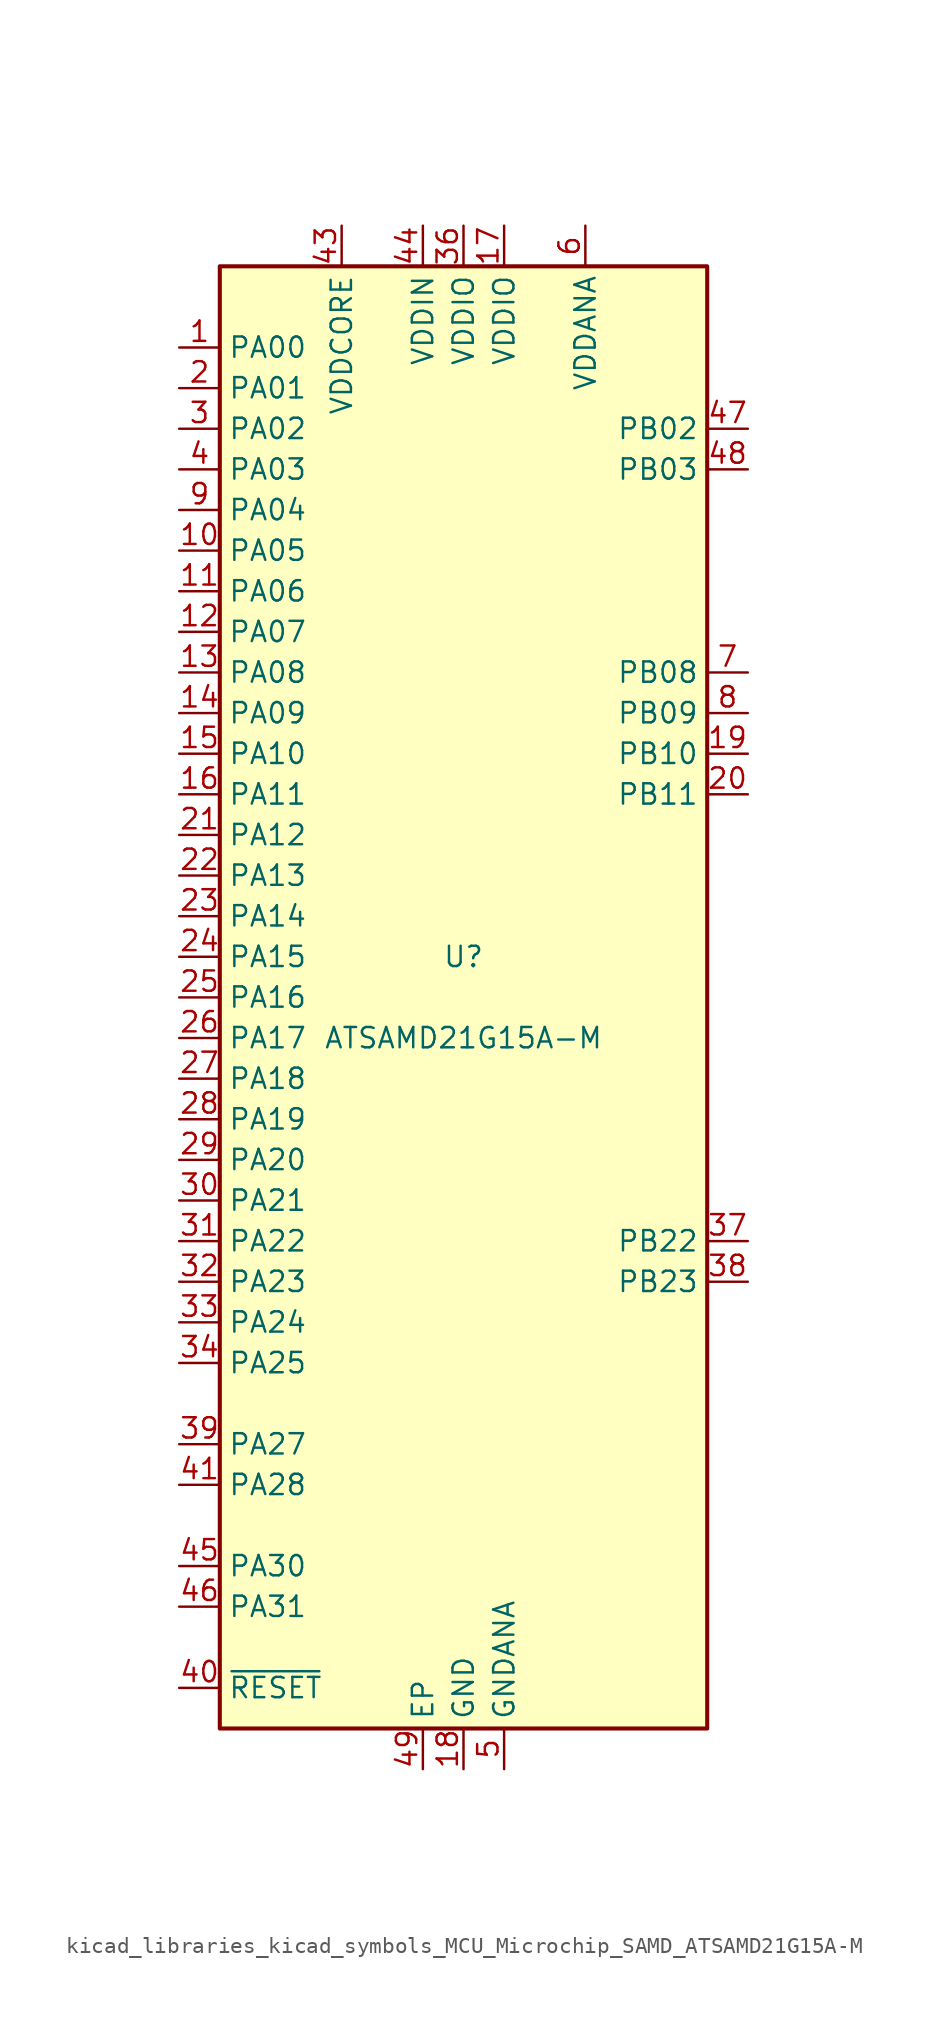
<source format=kicad_sym>
(kicad_symbol_lib
  (version 20220914)
  (generator kicad_symbol_editor)
  (symbol "kicad_libraries_kicad_symbols_MCU_Microchip_SAMD_ATSAMD21G15A-M"
    (property "Reference" "U"
      (at 0 2.54 0)
      (effects (font (size 1.27 1.27))))
    (property "Value" "ATSAMD21G15A-M"
      (at 0 -2.54 0)
      (effects (font (size 1.27 1.27))))
    (symbol "kicad_libraries_kicad_symbols_MCU_Microchip_SAMD_ATSAMD21G15A-M_0_1"
      (rectangle (start -15.24 45.72) (end 15.24 -45.72) (stroke (width 0.254) (type default)) (fill (type background))))
    (symbol "kicad_libraries_kicad_symbols_MCU_Microchip_SAMD_ATSAMD21G15A-M_1_1"
      (pin bidirectional line (at -17.78 40.64 0) (length 2.54) (name "PA00" (effects (font (size 1.27 1.27)))) (number "1" (effects (font (size 1.27 1.27)))))
      (pin bidirectional line (at -17.78 27.94 0) (length 2.54) (name "PA05" (effects (font (size 1.27 1.27)))) (number "10" (effects (font (size 1.27 1.27)))))
      (pin bidirectional line (at -17.78 25.4 0) (length 2.54) (name "PA06" (effects (font (size 1.27 1.27)))) (number "11" (effects (font (size 1.27 1.27)))))
      (pin bidirectional line (at -17.78 22.86 0) (length 2.54) (name "PA07" (effects (font (size 1.27 1.27)))) (number "12" (effects (font (size 1.27 1.27)))))
      (pin bidirectional line (at -17.78 20.32 0) (length 2.54) (name "PA08" (effects (font (size 1.27 1.27)))) (number "13" (effects (font (size 1.27 1.27)))))
      (pin bidirectional line (at -17.78 17.78 0) (length 2.54) (name "PA09" (effects (font (size 1.27 1.27)))) (number "14" (effects (font (size 1.27 1.27)))))
      (pin bidirectional line (at -17.78 15.24 0) (length 2.54) (name "PA10" (effects (font (size 1.27 1.27)))) (number "15" (effects (font (size 1.27 1.27)))))
      (pin bidirectional line (at -17.78 12.7 0) (length 2.54) (name "PA11" (effects (font (size 1.27 1.27)))) (number "16" (effects (font (size 1.27 1.27)))))
      (pin power_in line (at 2.54 48.26 270) (length 2.54) (name "VDDIO" (effects (font (size 1.27 1.27)))) (number "17" (effects (font (size 1.27 1.27)))))
      (pin power_in line (at 0 -48.26 90) (length 2.54) (name "GND" (effects (font (size 1.27 1.27)))) (number "18" (effects (font (size 1.27 1.27)))))
      (pin bidirectional line (at 17.78 15.24 180) (length 2.54) (name "PB10" (effects (font (size 1.27 1.27)))) (number "19" (effects (font (size 1.27 1.27)))))
      (pin bidirectional line (at -17.78 38.1 0) (length 2.54) (name "PA01" (effects (font (size 1.27 1.27)))) (number "2" (effects (font (size 1.27 1.27)))))
      (pin bidirectional line (at 17.78 12.7 180) (length 2.54) (name "PB11" (effects (font (size 1.27 1.27)))) (number "20" (effects (font (size 1.27 1.27)))))
      (pin bidirectional line (at -17.78 10.16 0) (length 2.54) (name "PA12" (effects (font (size 1.27 1.27)))) (number "21" (effects (font (size 1.27 1.27)))))
      (pin bidirectional line (at -17.78 7.62 0) (length 2.54) (name "PA13" (effects (font (size 1.27 1.27)))) (number "22" (effects (font (size 1.27 1.27)))))
      (pin bidirectional line (at -17.78 5.08 0) (length 2.54) (name "PA14" (effects (font (size 1.27 1.27)))) (number "23" (effects (font (size 1.27 1.27)))))
      (pin bidirectional line (at -17.78 2.54 0) (length 2.54) (name "PA15" (effects (font (size 1.27 1.27)))) (number "24" (effects (font (size 1.27 1.27)))))
      (pin bidirectional line (at -17.78 0 0) (length 2.54) (name "PA16" (effects (font (size 1.27 1.27)))) (number "25" (effects (font (size 1.27 1.27)))))
      (pin bidirectional line (at -17.78 -2.54 0) (length 2.54) (name "PA17" (effects (font (size 1.27 1.27)))) (number "26" (effects (font (size 1.27 1.27)))))
      (pin bidirectional line (at -17.78 -5.08 0) (length 2.54) (name "PA18" (effects (font (size 1.27 1.27)))) (number "27" (effects (font (size 1.27 1.27)))))
      (pin bidirectional line (at -17.78 -7.62 0) (length 2.54) (name "PA19" (effects (font (size 1.27 1.27)))) (number "28" (effects (font (size 1.27 1.27)))))
      (pin bidirectional line (at -17.78 -10.16 0) (length 2.54) (name "PA20" (effects (font (size 1.27 1.27)))) (number "29" (effects (font (size 1.27 1.27)))))
      (pin bidirectional line (at -17.78 35.56 0) (length 2.54) (name "PA02" (effects (font (size 1.27 1.27)))) (number "3" (effects (font (size 1.27 1.27)))))
      (pin bidirectional line (at -17.78 -12.7 0) (length 2.54) (name "PA21" (effects (font (size 1.27 1.27)))) (number "30" (effects (font (size 1.27 1.27)))))
      (pin bidirectional line (at -17.78 -15.24 0) (length 2.54) (name "PA22" (effects (font (size 1.27 1.27)))) (number "31" (effects (font (size 1.27 1.27)))))
      (pin bidirectional line (at -17.78 -17.78 0) (length 2.54) (name "PA23" (effects (font (size 1.27 1.27)))) (number "32" (effects (font (size 1.27 1.27)))))
      (pin bidirectional line (at -17.78 -20.32 0) (length 2.54) (name "PA24" (effects (font (size 1.27 1.27)))) (number "33" (effects (font (size 1.27 1.27)))))
      (pin bidirectional line (at -17.78 -22.86 0) (length 2.54) (name "PA25" (effects (font (size 1.27 1.27)))) (number "34" (effects (font (size 1.27 1.27)))))
      (pin passive line (at 0 -48.26 90) (length 2.54) hide (name "GND" (effects (font (size 1.27 1.27)))) (number "35" (effects (font (size 1.27 1.27)))))
      (pin power_in line (at 0 48.26 270) (length 2.54) (name "VDDIO" (effects (font (size 1.27 1.27)))) (number "36" (effects (font (size 1.27 1.27)))))
      (pin bidirectional line (at 17.78 -15.24 180) (length 2.54) (name "PB22" (effects (font (size 1.27 1.27)))) (number "37" (effects (font (size 1.27 1.27)))))
      (pin bidirectional line (at 17.78 -17.78 180) (length 2.54) (name "PB23" (effects (font (size 1.27 1.27)))) (number "38" (effects (font (size 1.27 1.27)))))
      (pin bidirectional line (at -17.78 -27.94 0) (length 2.54) (name "PA27" (effects (font (size 1.27 1.27)))) (number "39" (effects (font (size 1.27 1.27)))))
      (pin bidirectional line (at -17.78 33.02 0) (length 2.54) (name "PA03" (effects (font (size 1.27 1.27)))) (number "4" (effects (font (size 1.27 1.27)))))
      (pin input line (at -17.78 -43.18 0) (length 2.54) (name "~{RESET}" (effects (font (size 1.27 1.27)))) (number "40" (effects (font (size 1.27 1.27)))))
      (pin bidirectional line (at -17.78 -30.48 0) (length 2.54) (name "PA28" (effects (font (size 1.27 1.27)))) (number "41" (effects (font (size 1.27 1.27)))))
      (pin passive line (at 0 -48.26 90) (length 2.54) hide (name "GND" (effects (font (size 1.27 1.27)))) (number "42" (effects (font (size 1.27 1.27)))))
      (pin power_out line (at -7.62 48.26 270) (length 2.54) (name "VDDCORE" (effects (font (size 1.27 1.27)))) (number "43" (effects (font (size 1.27 1.27)))))
      (pin power_in line (at -2.54 48.26 270) (length 2.54) (name "VDDIN" (effects (font (size 1.27 1.27)))) (number "44" (effects (font (size 1.27 1.27)))))
      (pin bidirectional line (at -17.78 -35.56 0) (length 2.54) (name "PA30" (effects (font (size 1.27 1.27)))) (number "45" (effects (font (size 1.27 1.27)))))
      (pin bidirectional line (at -17.78 -38.1 0) (length 2.54) (name "PA31" (effects (font (size 1.27 1.27)))) (number "46" (effects (font (size 1.27 1.27)))))
      (pin bidirectional line (at 17.78 35.56 180) (length 2.54) (name "PB02" (effects (font (size 1.27 1.27)))) (number "47" (effects (font (size 1.27 1.27)))))
      (pin bidirectional line (at 17.78 33.02 180) (length 2.54) (name "PB03" (effects (font (size 1.27 1.27)))) (number "48" (effects (font (size 1.27 1.27)))))
      (pin passive line (at -2.54 -48.26 90) (length 2.54) (name "EP" (effects (font (size 1.27 1.27)))) (number "49" (effects (font (size 1.27 1.27)))))
      (pin power_in line (at 2.54 -48.26 90) (length 2.54) (name "GNDANA" (effects (font (size 1.27 1.27)))) (number "5" (effects (font (size 1.27 1.27)))))
      (pin power_in line (at 7.62 48.26 270) (length 2.54) (name "VDDANA" (effects (font (size 1.27 1.27)))) (number "6" (effects (font (size 1.27 1.27)))))
      (pin bidirectional line (at 17.78 20.32 180) (length 2.54) (name "PB08" (effects (font (size 1.27 1.27)))) (number "7" (effects (font (size 1.27 1.27)))))
      (pin bidirectional line (at 17.78 17.78 180) (length 2.54) (name "PB09" (effects (font (size 1.27 1.27)))) (number "8" (effects (font (size 1.27 1.27)))))
      (pin bidirectional line (at -17.78 30.48 0) (length 2.54) (name "PA04" (effects (font (size 1.27 1.27)))) (number "9" (effects (font (size 1.27 1.27))))))))
</source>
